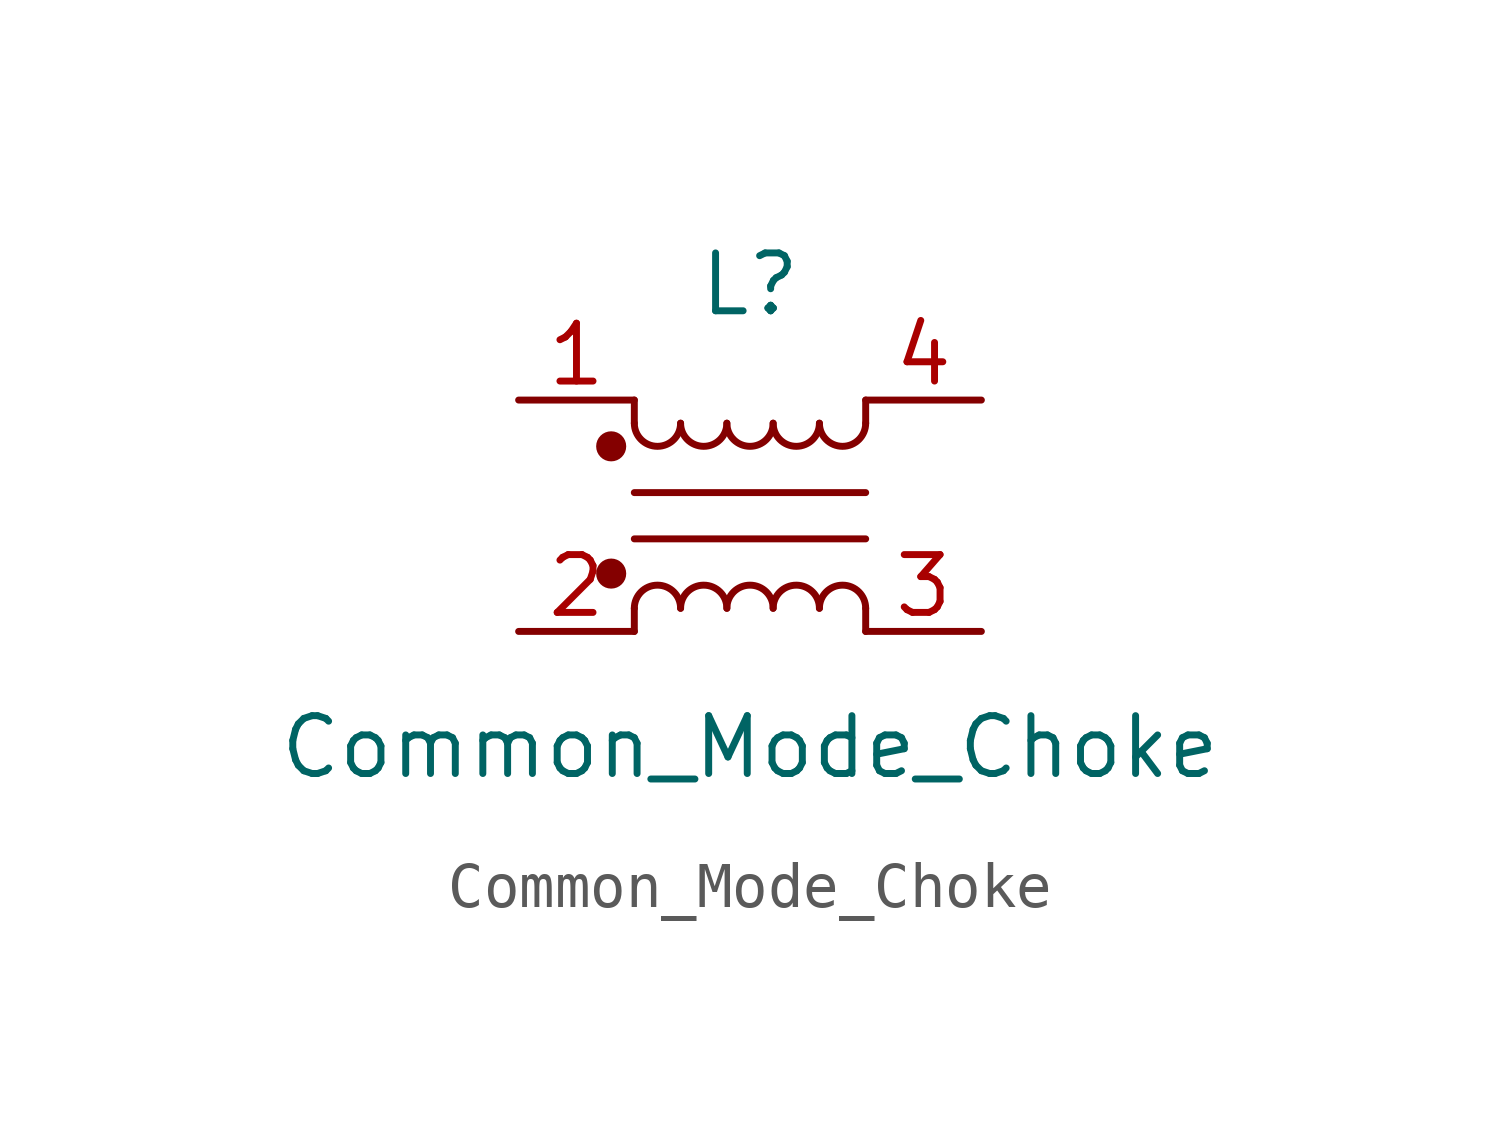
<source format=kicad_sym>
(kicad_symbol_lib
  (version 20231120)
  (generator "kicad_symbol_editor")
  (generator_version "8.0")
  (symbol "Common_Mode_Choke"
    (property "Reference" "L"
      (at 0 5.08 0)
      (effects (font (size 1.27 1.27))))
    (property "Value" "Common_Mode_Choke"
      (at 0 -5.08 0)
      (effects (font (size 1.27 1.27))))
    (symbol "Common_Mode_Choke_1_1"
      (circle (center -3.048 -1.27) (radius 0.254) (stroke (width 0) (type default)) (fill (type outline)))
      (circle (center -3.048 1.524) (radius 0.254) (stroke (width 0) (type default)) (fill (type outline)))
      (arc (start -2.54 2.032) (mid -2.032 1.5262) (end -1.524 2.032) (stroke (width 0) (type default)) (fill (type none)))
      (arc (start -1.524 -2.032) (mid -2.032 -1.5262) (end -2.54 -2.032) (stroke (width 0) (type default)) (fill (type none)))
      (arc (start -1.524 2.032) (mid -1.016 1.5262) (end -0.508 2.032) (stroke (width 0) (type default)) (fill (type none)))
      (arc (start -0.508 -2.032) (mid -1.016 -1.5262) (end -1.524 -2.032) (stroke (width 0) (type default)) (fill (type none)))
      (arc (start -0.508 2.032) (mid 0 1.5262) (end 0.508 2.032) (stroke (width 0) (type default)) (fill (type none)))
      (polyline (pts (xy -2.54 -2.032) (xy -2.54 -2.54)) (stroke (width 0) (type default)) (fill (type none)))
      (polyline (pts (xy -2.54 0.508) (xy 2.54 0.508)) (stroke (width 0) (type default)) (fill (type none)))
      (polyline (pts (xy -2.54 2.032) (xy -2.54 2.54)) (stroke (width 0) (type default)) (fill (type none)))
      (polyline (pts (xy 2.54 -2.032) (xy 2.54 -2.54)) (stroke (width 0) (type default)) (fill (type none)))
      (polyline (pts (xy 2.54 -0.508) (xy -2.54 -0.508)) (stroke (width 0) (type default)) (fill (type none)))
      (polyline (pts (xy 2.54 2.54) (xy 2.54 2.032)) (stroke (width 0) (type default)) (fill (type none)))
      (arc (start 0.508 -2.032) (mid 0 -1.5262) (end -0.508 -2.032) (stroke (width 0) (type default)) (fill (type none)))
      (arc (start 0.508 2.032) (mid 1.016 1.5262) (end 1.524 2.032) (stroke (width 0) (type default)) (fill (type none)))
      (arc (start 1.524 -2.032) (mid 1.016 -1.5262) (end 0.508 -2.032) (stroke (width 0) (type default)) (fill (type none)))
      (arc (start 1.524 2.032) (mid 2.032 1.5262) (end 2.54 2.032) (stroke (width 0) (type default)) (fill (type none)))
      (arc (start 2.54 -2.032) (mid 2.032 -1.5262) (end 1.524 -2.032) (stroke (width 0) (type default)) (fill (type none)))
      (pin passive line (at -5.08 2.54 0) (length 2.54) (name "" (effects (font (size 1.27 1.27)))) (number "1" (effects (font (size 1.27 1.27)))))
      (pin passive line (at -5.08 -2.54 0) (length 2.54) (name "" (effects (font (size 1.27 1.27)))) (number "2" (effects (font (size 1.27 1.27)))))
      (pin passive line (at 5.08 -2.54 180) (length 2.54) (name "" (effects (font (size 1.27 1.27)))) (number "3" (effects (font (size 1.27 1.27)))))
      (pin passive line (at 5.08 2.54 180) (length 2.54) (name "" (effects (font (size 1.27 1.27)))) (number "4" (effects (font (size 1.27 1.27))))))))
</source>
